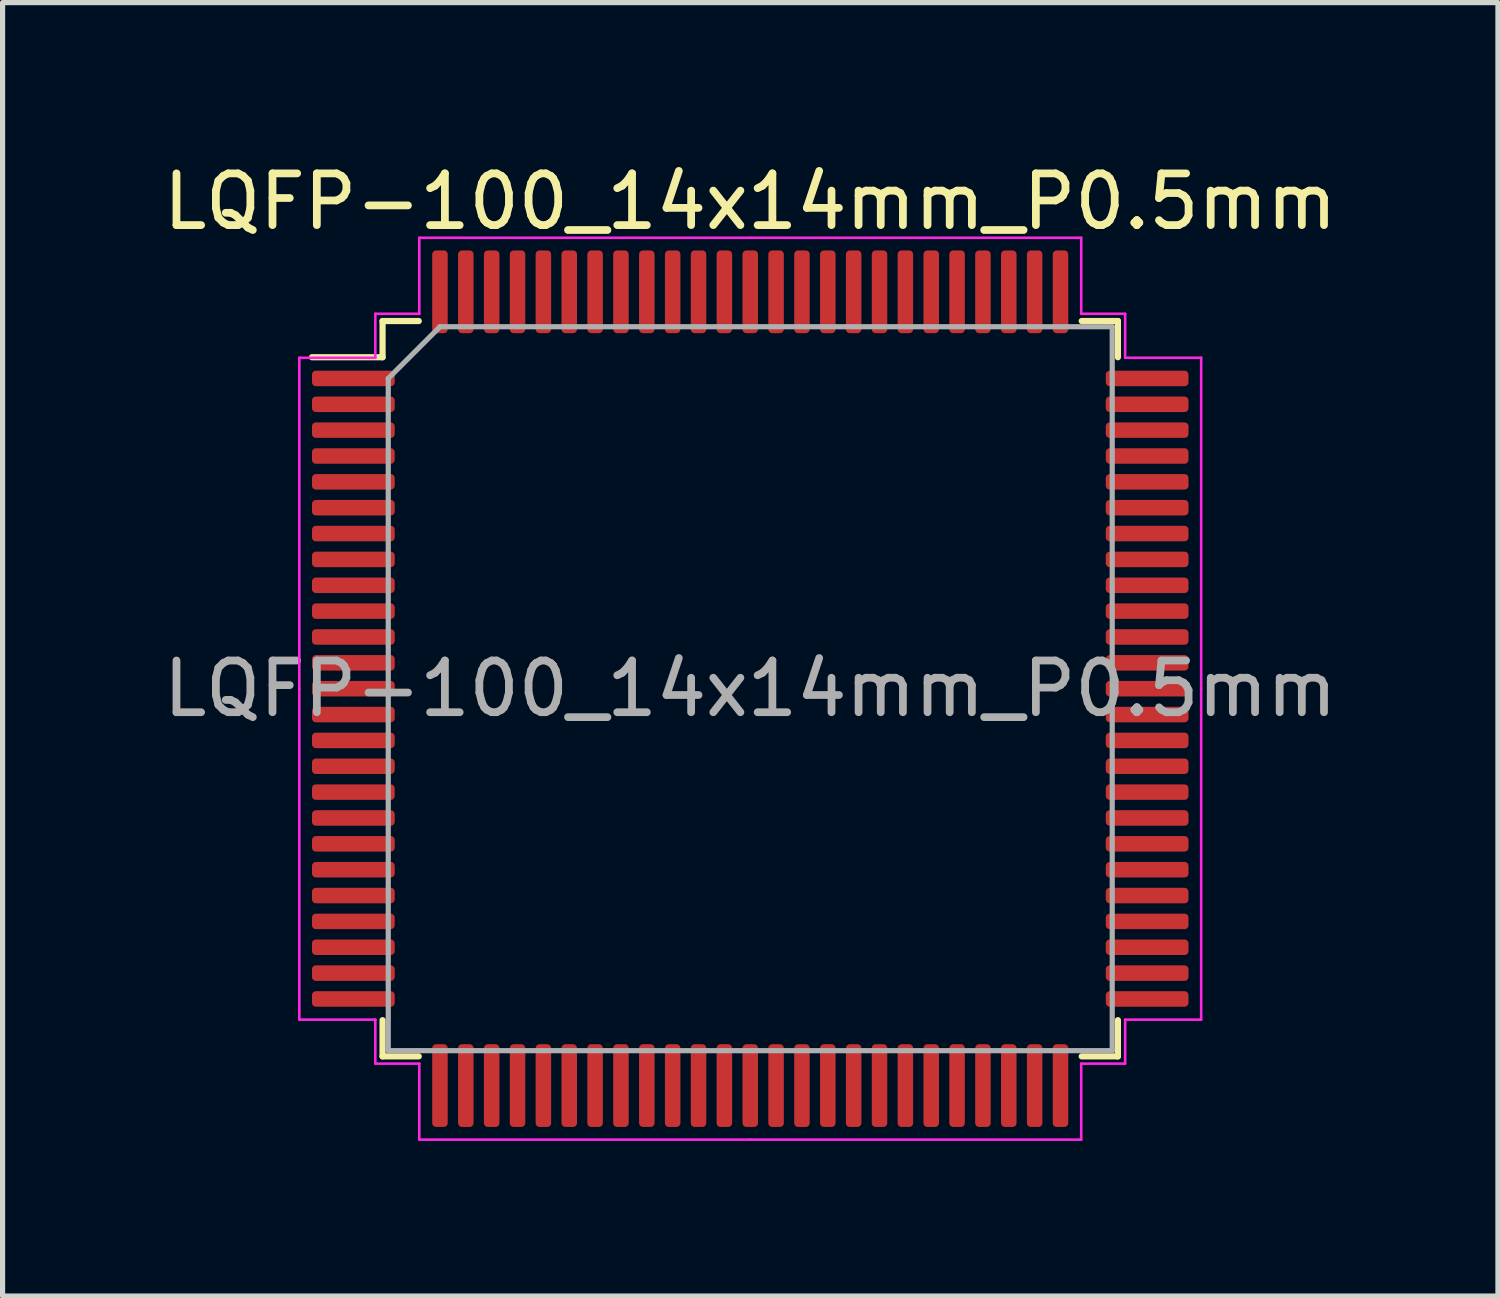
<source format=kicad_pcb>
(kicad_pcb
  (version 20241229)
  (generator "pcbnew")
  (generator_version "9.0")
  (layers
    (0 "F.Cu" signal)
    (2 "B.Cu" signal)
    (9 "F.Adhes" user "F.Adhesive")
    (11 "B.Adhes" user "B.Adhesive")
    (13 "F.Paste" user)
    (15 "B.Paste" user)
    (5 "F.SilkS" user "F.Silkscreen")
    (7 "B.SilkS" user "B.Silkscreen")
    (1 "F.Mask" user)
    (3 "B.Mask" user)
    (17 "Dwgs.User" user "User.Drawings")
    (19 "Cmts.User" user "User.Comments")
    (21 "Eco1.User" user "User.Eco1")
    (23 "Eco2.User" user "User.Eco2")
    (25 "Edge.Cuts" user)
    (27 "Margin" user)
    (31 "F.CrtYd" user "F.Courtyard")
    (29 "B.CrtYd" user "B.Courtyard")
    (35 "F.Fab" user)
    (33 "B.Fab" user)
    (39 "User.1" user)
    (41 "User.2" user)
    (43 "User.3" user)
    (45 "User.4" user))
  (footprint "LQFP-100_14x14mm_P0.5mm"
    (layer "F.Cu")
    (at 11.458 10.268)
    (property "Reference" "LQFP-100_14x14mm_P0.5mm" (at 0 -9.42 0) (layer "F.SilkS") (effects (font (size 1 1) (thickness 0.15))))
    (attr smd)
    (fp_line (start -7.11 -7.11) (end -7.11 -6.41) (stroke (width 0.12) (type solid)) (layer "F.SilkS"))
    (fp_line (start -7.11 -6.41) (end -8.475 -6.41) (stroke (width 0.12) (type solid)) (layer "F.SilkS"))
    (fp_line (start -7.11 7.11) (end -7.11 6.41) (stroke (width 0.12) (type solid)) (layer "F.SilkS"))
    (fp_line (start -6.41 -7.11) (end -7.11 -7.11) (stroke (width 0.12) (type solid)) (layer "F.SilkS"))
    (fp_line (start -6.41 7.11) (end -7.11 7.11) (stroke (width 0.12) (type solid)) (layer "F.SilkS"))
    (fp_line (start 6.41 -7.11) (end 7.11 -7.11) (stroke (width 0.12) (type solid)) (layer "F.SilkS"))
    (fp_line (start 6.41 7.11) (end 7.11 7.11) (stroke (width 0.12) (type solid)) (layer "F.SilkS"))
    (fp_line (start 7.11 -7.11) (end 7.11 -6.41) (stroke (width 0.12) (type solid)) (layer "F.SilkS"))
    (fp_line (start 7.11 7.11) (end 7.11 6.41) (stroke (width 0.12) (type solid)) (layer "F.SilkS"))
    (fp_line (start -8.72 -6.4) (end -8.72 0) (stroke (width 0.05) (type solid)) (layer "F.CrtYd"))
    (fp_line (start -8.72 6.4) (end -8.72 0) (stroke (width 0.05) (type solid)) (layer "F.CrtYd"))
    (fp_line (start -7.25 -7.25) (end -7.25 -6.4) (stroke (width 0.05) (type solid)) (layer "F.CrtYd"))
    (fp_line (start -7.25 -6.4) (end -8.72 -6.4) (stroke (width 0.05) (type solid)) (layer "F.CrtYd"))
    (fp_line (start -7.25 6.4) (end -8.72 6.4) (stroke (width 0.05) (type solid)) (layer "F.CrtYd"))
    (fp_line (start -7.25 7.25) (end -7.25 6.4) (stroke (width 0.05) (type solid)) (layer "F.CrtYd"))
    (fp_line (start -6.4 -8.72) (end -6.4 -7.25) (stroke (width 0.05) (type solid)) (layer "F.CrtYd"))
    (fp_line (start -6.4 -7.25) (end -7.25 -7.25) (stroke (width 0.05) (type solid)) (layer "F.CrtYd"))
    (fp_line (start -6.4 7.25) (end -7.25 7.25) (stroke (width 0.05) (type solid)) (layer "F.CrtYd"))
    (fp_line (start -6.4 8.72) (end -6.4 7.25) (stroke (width 0.05) (type solid)) (layer "F.CrtYd"))
    (fp_line (start 0 -8.72) (end -6.4 -8.72) (stroke (width 0.05) (type solid)) (layer "F.CrtYd"))
    (fp_line (start 0 -8.72) (end 6.4 -8.72) (stroke (width 0.05) (type solid)) (layer "F.CrtYd"))
    (fp_line (start 0 8.72) (end -6.4 8.72) (stroke (width 0.05) (type solid)) (layer "F.CrtYd"))
    (fp_line (start 0 8.72) (end 6.4 8.72) (stroke (width 0.05) (type solid)) (layer "F.CrtYd"))
    (fp_line (start 6.4 -8.72) (end 6.4 -7.25) (stroke (width 0.05) (type solid)) (layer "F.CrtYd"))
    (fp_line (start 6.4 -7.25) (end 7.25 -7.25) (stroke (width 0.05) (type solid)) (layer "F.CrtYd"))
    (fp_line (start 6.4 7.25) (end 7.25 7.25) (stroke (width 0.05) (type solid)) (layer "F.CrtYd"))
    (fp_line (start 6.4 8.72) (end 6.4 7.25) (stroke (width 0.05) (type solid)) (layer "F.CrtYd"))
    (fp_line (start 7.25 -7.25) (end 7.25 -6.4) (stroke (width 0.05) (type solid)) (layer "F.CrtYd"))
    (fp_line (start 7.25 -6.4) (end 8.72 -6.4) (stroke (width 0.05) (type solid)) (layer "F.CrtYd"))
    (fp_line (start 7.25 6.4) (end 8.72 6.4) (stroke (width 0.05) (type solid)) (layer "F.CrtYd"))
    (fp_line (start 7.25 7.25) (end 7.25 6.4) (stroke (width 0.05) (type solid)) (layer "F.CrtYd"))
    (fp_line (start 8.72 -6.4) (end 8.72 0) (stroke (width 0.05) (type solid)) (layer "F.CrtYd"))
    (fp_line (start 8.72 6.4) (end 8.72 0) (stroke (width 0.05) (type solid)) (layer "F.CrtYd"))
    (fp_line (start -7 -6) (end -6 -7) (stroke (width 0.1) (type solid)) (layer "F.Fab"))
    (fp_line (start -7 7) (end -7 -6) (stroke (width 0.1) (type solid)) (layer "F.Fab"))
    (fp_line (start -6 -7) (end 7 -7) (stroke (width 0.1) (type solid)) (layer "F.Fab"))
    (fp_line (start 7 -7) (end 7 7) (stroke (width 0.1) (type solid)) (layer "F.Fab"))
    (fp_line (start 7 7) (end -7 7) (stroke (width 0.1) (type solid)) (layer "F.Fab"))
    (fp_text user "${REFERENCE}" (at 0 0 0) (layer "F.Fab") (effects (font (size 1 1) (thickness 0.15))))
    (pad "1" smd roundrect (at -7.675 -6) (size 1.6 0.3) (layers "F.Cu" "F.Mask" "F.Paste") (roundrect_rratio 0.25))
    (pad "2" smd roundrect (at -7.675 -5.5) (size 1.6 0.3) (layers "F.Cu" "F.Mask" "F.Paste") (roundrect_rratio 0.25))
    (pad "3" smd roundrect (at -7.675 -5) (size 1.6 0.3) (layers "F.Cu" "F.Mask" "F.Paste") (roundrect_rratio 0.25))
    (pad "4" smd roundrect (at -7.675 -4.5) (size 1.6 0.3) (layers "F.Cu" "F.Mask" "F.Paste") (roundrect_rratio 0.25))
    (pad "5" smd roundrect (at -7.675 -4) (size 1.6 0.3) (layers "F.Cu" "F.Mask" "F.Paste") (roundrect_rratio 0.25))
    (pad "6" smd roundrect (at -7.675 -3.5) (size 1.6 0.3) (layers "F.Cu" "F.Mask" "F.Paste") (roundrect_rratio 0.25))
    (pad "7" smd roundrect (at -7.675 -3) (size 1.6 0.3) (layers "F.Cu" "F.Mask" "F.Paste") (roundrect_rratio 0.25))
    (pad "8" smd roundrect (at -7.675 -2.5) (size 1.6 0.3) (layers "F.Cu" "F.Mask" "F.Paste") (roundrect_rratio 0.25))
    (pad "9" smd roundrect (at -7.675 -2) (size 1.6 0.3) (layers "F.Cu" "F.Mask" "F.Paste") (roundrect_rratio 0.25))
    (pad "10" smd roundrect (at -7.675 -1.5) (size 1.6 0.3) (layers "F.Cu" "F.Mask" "F.Paste") (roundrect_rratio 0.25))
    (pad "11" smd roundrect (at -7.675 -1) (size 1.6 0.3) (layers "F.Cu" "F.Mask" "F.Paste") (roundrect_rratio 0.25))
    (pad "12" smd roundrect (at -7.675 -0.5) (size 1.6 0.3) (layers "F.Cu" "F.Mask" "F.Paste") (roundrect_rratio 0.25))
    (pad "13" smd roundrect (at -7.675 0) (size 1.6 0.3) (layers "F.Cu" "F.Mask" "F.Paste") (roundrect_rratio 0.25))
    (pad "14" smd roundrect (at -7.675 0.5) (size 1.6 0.3) (layers "F.Cu" "F.Mask" "F.Paste") (roundrect_rratio 0.25))
    (pad "15" smd roundrect (at -7.675 1) (size 1.6 0.3) (layers "F.Cu" "F.Mask" "F.Paste") (roundrect_rratio 0.25))
    (pad "16" smd roundrect (at -7.675 1.5) (size 1.6 0.3) (layers "F.Cu" "F.Mask" "F.Paste") (roundrect_rratio 0.25))
    (pad "17" smd roundrect (at -7.675 2) (size 1.6 0.3) (layers "F.Cu" "F.Mask" "F.Paste") (roundrect_rratio 0.25))
    (pad "18" smd roundrect (at -7.675 2.5) (size 1.6 0.3) (layers "F.Cu" "F.Mask" "F.Paste") (roundrect_rratio 0.25))
    (pad "19" smd roundrect (at -7.675 3) (size 1.6 0.3) (layers "F.Cu" "F.Mask" "F.Paste") (roundrect_rratio 0.25))
    (pad "20" smd roundrect (at -7.675 3.5) (size 1.6 0.3) (layers "F.Cu" "F.Mask" "F.Paste") (roundrect_rratio 0.25))
    (pad "21" smd roundrect (at -7.675 4) (size 1.6 0.3) (layers "F.Cu" "F.Mask" "F.Paste") (roundrect_rratio 0.25))
    (pad "22" smd roundrect (at -7.675 4.5) (size 1.6 0.3) (layers "F.Cu" "F.Mask" "F.Paste") (roundrect_rratio 0.25))
    (pad "23" smd roundrect (at -7.675 5) (size 1.6 0.3) (layers "F.Cu" "F.Mask" "F.Paste") (roundrect_rratio 0.25))
    (pad "24" smd roundrect (at -7.675 5.5) (size 1.6 0.3) (layers "F.Cu" "F.Mask" "F.Paste") (roundrect_rratio 0.25))
    (pad "25" smd roundrect (at -7.675 6) (size 1.6 0.3) (layers "F.Cu" "F.Mask" "F.Paste") (roundrect_rratio 0.25))
    (pad "26" smd roundrect (at -6 7.675) (size 0.3 1.6) (layers "F.Cu" "F.Mask" "F.Paste") (roundrect_rratio 0.25))
    (pad "27" smd roundrect (at -5.5 7.675) (size 0.3 1.6) (layers "F.Cu" "F.Mask" "F.Paste") (roundrect_rratio 0.25))
    (pad "28" smd roundrect (at -5 7.675) (size 0.3 1.6) (layers "F.Cu" "F.Mask" "F.Paste") (roundrect_rratio 0.25))
    (pad "29" smd roundrect (at -4.5 7.675) (size 0.3 1.6) (layers "F.Cu" "F.Mask" "F.Paste") (roundrect_rratio 0.25))
    (pad "30" smd roundrect (at -4 7.675) (size 0.3 1.6) (layers "F.Cu" "F.Mask" "F.Paste") (roundrect_rratio 0.25))
    (pad "31" smd roundrect (at -3.5 7.675) (size 0.3 1.6) (layers "F.Cu" "F.Mask" "F.Paste") (roundrect_rratio 0.25))
    (pad "32" smd roundrect (at -3 7.675) (size 0.3 1.6) (layers "F.Cu" "F.Mask" "F.Paste") (roundrect_rratio 0.25))
    (pad "33" smd roundrect (at -2.5 7.675) (size 0.3 1.6) (layers "F.Cu" "F.Mask" "F.Paste") (roundrect_rratio 0.25))
    (pad "34" smd roundrect (at -2 7.675) (size 0.3 1.6) (layers "F.Cu" "F.Mask" "F.Paste") (roundrect_rratio 0.25))
    (pad "35" smd roundrect (at -1.5 7.675) (size 0.3 1.6) (layers "F.Cu" "F.Mask" "F.Paste") (roundrect_rratio 0.25))
    (pad "36" smd roundrect (at -1 7.675) (size 0.3 1.6) (layers "F.Cu" "F.Mask" "F.Paste") (roundrect_rratio 0.25))
    (pad "37" smd roundrect (at -0.5 7.675) (size 0.3 1.6) (layers "F.Cu" "F.Mask" "F.Paste") (roundrect_rratio 0.25))
    (pad "38" smd roundrect (at 0 7.675) (size 0.3 1.6) (layers "F.Cu" "F.Mask" "F.Paste") (roundrect_rratio 0.25))
    (pad "39" smd roundrect (at 0.5 7.675) (size 0.3 1.6) (layers "F.Cu" "F.Mask" "F.Paste") (roundrect_rratio 0.25))
    (pad "40" smd roundrect (at 1 7.675) (size 0.3 1.6) (layers "F.Cu" "F.Mask" "F.Paste") (roundrect_rratio 0.25))
    (pad "41" smd roundrect (at 1.5 7.675) (size 0.3 1.6) (layers "F.Cu" "F.Mask" "F.Paste") (roundrect_rratio 0.25))
    (pad "42" smd roundrect (at 2 7.675) (size 0.3 1.6) (layers "F.Cu" "F.Mask" "F.Paste") (roundrect_rratio 0.25))
    (pad "43" smd roundrect (at 2.5 7.675) (size 0.3 1.6) (layers "F.Cu" "F.Mask" "F.Paste") (roundrect_rratio 0.25))
    (pad "44" smd roundrect (at 3 7.675) (size 0.3 1.6) (layers "F.Cu" "F.Mask" "F.Paste") (roundrect_rratio 0.25))
    (pad "45" smd roundrect (at 3.5 7.675) (size 0.3 1.6) (layers "F.Cu" "F.Mask" "F.Paste") (roundrect_rratio 0.25))
    (pad "46" smd roundrect (at 4 7.675) (size 0.3 1.6) (layers "F.Cu" "F.Mask" "F.Paste") (roundrect_rratio 0.25))
    (pad "47" smd roundrect (at 4.5 7.675) (size 0.3 1.6) (layers "F.Cu" "F.Mask" "F.Paste") (roundrect_rratio 0.25))
    (pad "48" smd roundrect (at 5 7.675) (size 0.3 1.6) (layers "F.Cu" "F.Mask" "F.Paste") (roundrect_rratio 0.25))
    (pad "49" smd roundrect (at 5.5 7.675) (size 0.3 1.6) (layers "F.Cu" "F.Mask" "F.Paste") (roundrect_rratio 0.25))
    (pad "50" smd roundrect (at 6 7.675) (size 0.3 1.6) (layers "F.Cu" "F.Mask" "F.Paste") (roundrect_rratio 0.25))
    (pad "51" smd roundrect (at 7.675 6) (size 1.6 0.3) (layers "F.Cu" "F.Mask" "F.Paste") (roundrect_rratio 0.25))
    (pad "52" smd roundrect (at 7.675 5.5) (size 1.6 0.3) (layers "F.Cu" "F.Mask" "F.Paste") (roundrect_rratio 0.25))
    (pad "53" smd roundrect (at 7.675 5) (size 1.6 0.3) (layers "F.Cu" "F.Mask" "F.Paste") (roundrect_rratio 0.25))
    (pad "54" smd roundrect (at 7.675 4.5) (size 1.6 0.3) (layers "F.Cu" "F.Mask" "F.Paste") (roundrect_rratio 0.25))
    (pad "55" smd roundrect (at 7.675 4) (size 1.6 0.3) (layers "F.Cu" "F.Mask" "F.Paste") (roundrect_rratio 0.25))
    (pad "56" smd roundrect (at 7.675 3.5) (size 1.6 0.3) (layers "F.Cu" "F.Mask" "F.Paste") (roundrect_rratio 0.25))
    (pad "57" smd roundrect (at 7.675 3) (size 1.6 0.3) (layers "F.Cu" "F.Mask" "F.Paste") (roundrect_rratio 0.25))
    (pad "58" smd roundrect (at 7.675 2.5) (size 1.6 0.3) (layers "F.Cu" "F.Mask" "F.Paste") (roundrect_rratio 0.25))
    (pad "59" smd roundrect (at 7.675 2) (size 1.6 0.3) (layers "F.Cu" "F.Mask" "F.Paste") (roundrect_rratio 0.25))
    (pad "60" smd roundrect (at 7.675 1.5) (size 1.6 0.3) (layers "F.Cu" "F.Mask" "F.Paste") (roundrect_rratio 0.25))
    (pad "61" smd roundrect (at 7.675 1) (size 1.6 0.3) (layers "F.Cu" "F.Mask" "F.Paste") (roundrect_rratio 0.25))
    (pad "62" smd roundrect (at 7.675 0.5) (size 1.6 0.3) (layers "F.Cu" "F.Mask" "F.Paste") (roundrect_rratio 0.25))
    (pad "63" smd roundrect (at 7.675 0) (size 1.6 0.3) (layers "F.Cu" "F.Mask" "F.Paste") (roundrect_rratio 0.25))
    (pad "64" smd roundrect (at 7.675 -0.5) (size 1.6 0.3) (layers "F.Cu" "F.Mask" "F.Paste") (roundrect_rratio 0.25))
    (pad "65" smd roundrect (at 7.675 -1) (size 1.6 0.3) (layers "F.Cu" "F.Mask" "F.Paste") (roundrect_rratio 0.25))
    (pad "66" smd roundrect (at 7.675 -1.5) (size 1.6 0.3) (layers "F.Cu" "F.Mask" "F.Paste") (roundrect_rratio 0.25))
    (pad "67" smd roundrect (at 7.675 -2) (size 1.6 0.3) (layers "F.Cu" "F.Mask" "F.Paste") (roundrect_rratio 0.25))
    (pad "68" smd roundrect (at 7.675 -2.5) (size 1.6 0.3) (layers "F.Cu" "F.Mask" "F.Paste") (roundrect_rratio 0.25))
    (pad "69" smd roundrect (at 7.675 -3) (size 1.6 0.3) (layers "F.Cu" "F.Mask" "F.Paste") (roundrect_rratio 0.25))
    (pad "70" smd roundrect (at 7.675 -3.5) (size 1.6 0.3) (layers "F.Cu" "F.Mask" "F.Paste") (roundrect_rratio 0.25))
    (pad "71" smd roundrect (at 7.675 -4) (size 1.6 0.3) (layers "F.Cu" "F.Mask" "F.Paste") (roundrect_rratio 0.25))
    (pad "72" smd roundrect (at 7.675 -4.5) (size 1.6 0.3) (layers "F.Cu" "F.Mask" "F.Paste") (roundrect_rratio 0.25))
    (pad "73" smd roundrect (at 7.675 -5) (size 1.6 0.3) (layers "F.Cu" "F.Mask" "F.Paste") (roundrect_rratio 0.25))
    (pad "74" smd roundrect (at 7.675 -5.5) (size 1.6 0.3) (layers "F.Cu" "F.Mask" "F.Paste") (roundrect_rratio 0.25))
    (pad "75" smd roundrect (at 7.675 -6) (size 1.6 0.3) (layers "F.Cu" "F.Mask" "F.Paste") (roundrect_rratio 0.25))
    (pad "76" smd roundrect (at 6 -7.675) (size 0.3 1.6) (layers "F.Cu" "F.Mask" "F.Paste") (roundrect_rratio 0.25))
    (pad "77" smd roundrect (at 5.5 -7.675) (size 0.3 1.6) (layers "F.Cu" "F.Mask" "F.Paste") (roundrect_rratio 0.25))
    (pad "78" smd roundrect (at 5 -7.675) (size 0.3 1.6) (layers "F.Cu" "F.Mask" "F.Paste") (roundrect_rratio 0.25))
    (pad "79" smd roundrect (at 4.5 -7.675) (size 0.3 1.6) (layers "F.Cu" "F.Mask" "F.Paste") (roundrect_rratio 0.25))
    (pad "80" smd roundrect (at 4 -7.675) (size 0.3 1.6) (layers "F.Cu" "F.Mask" "F.Paste") (roundrect_rratio 0.25))
    (pad "81" smd roundrect (at 3.5 -7.675) (size 0.3 1.6) (layers "F.Cu" "F.Mask" "F.Paste") (roundrect_rratio 0.25))
    (pad "82" smd roundrect (at 3 -7.675) (size 0.3 1.6) (layers "F.Cu" "F.Mask" "F.Paste") (roundrect_rratio 0.25))
    (pad "83" smd roundrect (at 2.5 -7.675) (size 0.3 1.6) (layers "F.Cu" "F.Mask" "F.Paste") (roundrect_rratio 0.25))
    (pad "84" smd roundrect (at 2 -7.675) (size 0.3 1.6) (layers "F.Cu" "F.Mask" "F.Paste") (roundrect_rratio 0.25))
    (pad "85" smd roundrect (at 1.5 -7.675) (size 0.3 1.6) (layers "F.Cu" "F.Mask" "F.Paste") (roundrect_rratio 0.25))
    (pad "86" smd roundrect (at 1 -7.675) (size 0.3 1.6) (layers "F.Cu" "F.Mask" "F.Paste") (roundrect_rratio 0.25))
    (pad "87" smd roundrect (at 0.5 -7.675) (size 0.3 1.6) (layers "F.Cu" "F.Mask" "F.Paste") (roundrect_rratio 0.25))
    (pad "88" smd roundrect (at 0 -7.675) (size 0.3 1.6) (layers "F.Cu" "F.Mask" "F.Paste") (roundrect_rratio 0.25))
    (pad "89" smd roundrect (at -0.5 -7.675) (size 0.3 1.6) (layers "F.Cu" "F.Mask" "F.Paste") (roundrect_rratio 0.25))
    (pad "90" smd roundrect (at -1 -7.675) (size 0.3 1.6) (layers "F.Cu" "F.Mask" "F.Paste") (roundrect_rratio 0.25))
    (pad "91" smd roundrect (at -1.5 -7.675) (size 0.3 1.6) (layers "F.Cu" "F.Mask" "F.Paste") (roundrect_rratio 0.25))
    (pad "92" smd roundrect (at -2 -7.675) (size 0.3 1.6) (layers "F.Cu" "F.Mask" "F.Paste") (roundrect_rratio 0.25))
    (pad "93" smd roundrect (at -2.5 -7.675) (size 0.3 1.6) (layers "F.Cu" "F.Mask" "F.Paste") (roundrect_rratio 0.25))
    (pad "94" smd roundrect (at -3 -7.675) (size 0.3 1.6) (layers "F.Cu" "F.Mask" "F.Paste") (roundrect_rratio 0.25))
    (pad "95" smd roundrect (at -3.5 -7.675) (size 0.3 1.6) (layers "F.Cu" "F.Mask" "F.Paste") (roundrect_rratio 0.25))
    (pad "96" smd roundrect (at -4 -7.675) (size 0.3 1.6) (layers "F.Cu" "F.Mask" "F.Paste") (roundrect_rratio 0.25))
    (pad "97" smd roundrect (at -4.5 -7.675) (size 0.3 1.6) (layers "F.Cu" "F.Mask" "F.Paste") (roundrect_rratio 0.25))
    (pad "98" smd roundrect (at -5 -7.675) (size 0.3 1.6) (layers "F.Cu" "F.Mask" "F.Paste") (roundrect_rratio 0.25))
    (pad "99" smd roundrect (at -5.5 -7.675) (size 0.3 1.6) (layers "F.Cu" "F.Mask" "F.Paste") (roundrect_rratio 0.25))
    (pad "100" smd roundrect (at -6 -7.675) (size 0.3 1.6) (layers "F.Cu" "F.Mask" "F.Paste") (roundrect_rratio 0.25)))
  (gr_rect
    (start -3 -3)
    (end 25.917 22.013)
    (stroke (width 0.1) (type default))
    (fill no)
    (layer "Edge.Cuts")))
</source>
